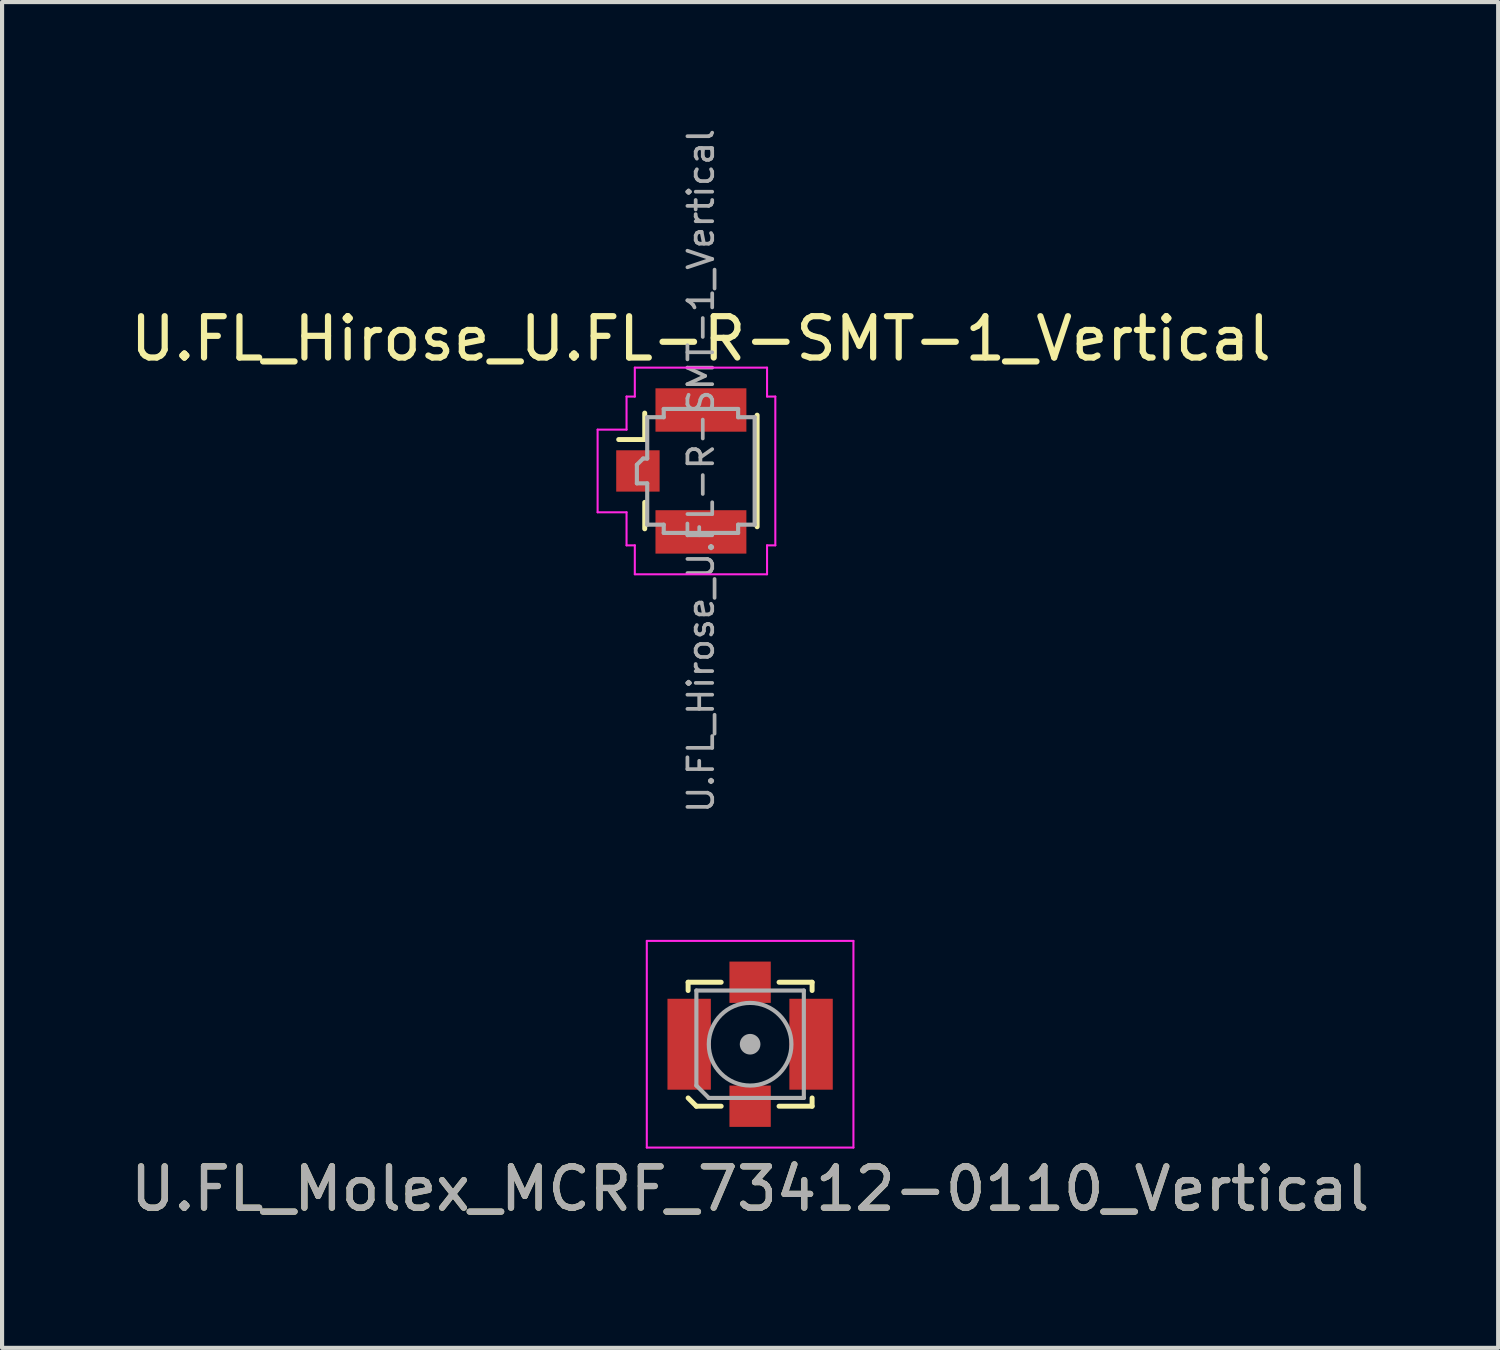
<source format=kicad_pcb>
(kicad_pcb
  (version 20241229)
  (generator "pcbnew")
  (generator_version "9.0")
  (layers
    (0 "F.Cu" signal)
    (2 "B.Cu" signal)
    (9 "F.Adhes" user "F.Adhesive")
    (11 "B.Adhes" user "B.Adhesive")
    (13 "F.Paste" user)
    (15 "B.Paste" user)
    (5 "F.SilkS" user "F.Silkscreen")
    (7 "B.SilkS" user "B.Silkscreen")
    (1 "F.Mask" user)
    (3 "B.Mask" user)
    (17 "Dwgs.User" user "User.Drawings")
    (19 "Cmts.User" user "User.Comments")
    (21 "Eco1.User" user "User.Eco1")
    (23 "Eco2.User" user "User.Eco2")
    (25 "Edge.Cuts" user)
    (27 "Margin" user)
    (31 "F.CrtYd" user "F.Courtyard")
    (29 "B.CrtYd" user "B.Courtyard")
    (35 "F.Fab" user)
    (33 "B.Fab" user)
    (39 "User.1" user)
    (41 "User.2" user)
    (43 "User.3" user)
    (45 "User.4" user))
  (footprint "U.FL_Molex_MCRF_73412-0110_Vertical"
    (layer "F.Cu")
    (at 15.101 22.218)
    (property "Reference" "U.FL_Molex_MCRF_73412-0110_Vertical" (at 0 3.5 0) (layer "F.SilkS") (effects (font (size 1 1) (thickness 0.15))))
    (attr smd)
    (fp_line (start -1.5 -1.5) (end -0.7 -1.5) (stroke (width 0.12) (type solid)) (layer "F.SilkS"))
    (fp_line (start -1.5 -1.3) (end -1.5 -1.5) (stroke (width 0.12) (type solid)) (layer "F.SilkS"))
    (fp_line (start -1.3 1.5) (end -1.5 1.3) (stroke (width 0.12) (type solid)) (layer "F.SilkS"))
    (fp_line (start -0.7 1.5) (end -1.3 1.5) (stroke (width 0.12) (type solid)) (layer "F.SilkS"))
    (fp_line (start 0.7 -1.5) (end 1.5 -1.5) (stroke (width 0.12) (type solid)) (layer "F.SilkS"))
    (fp_line (start 1.5 -1.5) (end 1.5 -1.3) (stroke (width 0.12) (type solid)) (layer "F.SilkS"))
    (fp_line (start 1.5 1.3) (end 1.5 1.5) (stroke (width 0.12) (type solid)) (layer "F.SilkS"))
    (fp_line (start 1.5 1.5) (end 0.7 1.5) (stroke (width 0.12) (type solid)) (layer "F.SilkS"))
    (fp_line (start -2.5 -2.5) (end -2.5 2.5) (stroke (width 0.05) (type solid)) (layer "F.CrtYd"))
    (fp_line (start -2.5 2.5) (end 2.5 2.5) (stroke (width 0.05) (type solid)) (layer "F.CrtYd"))
    (fp_line (start 2.5 -2.5) (end -2.5 -2.5) (stroke (width 0.05) (type solid)) (layer "F.CrtYd"))
    (fp_line (start 2.5 2.5) (end 2.5 -2.5) (stroke (width 0.05) (type solid)) (layer "F.CrtYd"))
    (fp_line (start -1.3 -1.3) (end -1.3 1) (stroke (width 0.1) (type solid)) (layer "F.Fab"))
    (fp_line (start -1.3 -1.3) (end 1.3 -1.3) (stroke (width 0.1) (type solid)) (layer "F.Fab"))
    (fp_line (start -1.3 1) (end -1 1.3) (stroke (width 0.1) (type solid)) (layer "F.Fab"))
    (fp_line (start -1 1.3) (end 1.3 1.3) (stroke (width 0.1) (type solid)) (layer "F.Fab"))
    (fp_line (start 1.3 -1.3) (end 1.3 1.3) (stroke (width 0.1) (type solid)) (layer "F.Fab"))
    (fp_circle (center 0 0) (end 0 0.05) (stroke (width 0.1) (type solid)) (fill no) (layer "F.Fab"))
    (fp_circle (center 0 0) (end 0 0.125) (stroke (width 0.1) (type solid)) (fill no) (layer "F.Fab"))
    (fp_circle (center 0 0) (end 0 0.2) (stroke (width 0.1) (type solid)) (fill no) (layer "F.Fab"))
    (fp_circle (center 0 0) (end 1 0) (stroke (width 0.1) (type solid)) (fill no) (layer "F.Fab"))
    (fp_text user "${REFERENCE}" (at 0 3.5 0) (layer "F.Fab") (effects (font (size 1 1) (thickness 0.15))))
    (pad "1" smd rect (at 0 1.5) (size 1 1) (layers "F.Cu" "F.Mask" "F.Paste"))
    (pad "2" smd rect (at -1.475 0) (size 1.05 2.2) (layers "F.Cu" "F.Mask" "F.Paste"))
    (pad "2" smd rect (at 0 -1.5) (size 1 1) (layers "F.Cu" "F.Mask" "F.Paste"))
    (pad "2" smd rect (at 1.475 0) (size 1.05 2.2) (layers "F.Cu" "F.Mask" "F.Paste")))
  (footprint "U.FL_Hirose_U.FL-R-SMT-1_Vertical"
    (layer "F.Cu")
    (at 13.911 8.346)
    (property "Reference" "U.FL_Hirose_U.FL-R-SMT-1_Vertical" (at 0 -3.2 0) (layer "F.SilkS") (effects (font (size 1 1) (thickness 0.15))))
    (attr smd)
    (fp_line (start -1.36 -1.4) (end -1.36 -0.76) (stroke (width 0.12) (type solid)) (layer "F.SilkS"))
    (fp_line (start -1.36 -0.76) (end -1.99 -0.76) (stroke (width 0.12) (type solid)) (layer "F.SilkS"))
    (fp_line (start -1.36 1.4) (end -1.36 0.76) (stroke (width 0.12) (type solid)) (layer "F.SilkS"))
    (fp_line (start 1.36 -1.35) (end 1.36 1.35) (stroke (width 0.12) (type solid)) (layer "F.SilkS"))
    (fp_line (start -2.5 1) (end -2.5 -1) (stroke (width 0.05) (type solid)) (layer "F.CrtYd"))
    (fp_line (start -1.8 -1.8) (end -1.6 -1.8) (stroke (width 0.05) (type solid)) (layer "F.CrtYd"))
    (fp_line (start -1.8 -1) (end -2.5 -1) (stroke (width 0.05) (type solid)) (layer "F.CrtYd"))
    (fp_line (start -1.8 -1) (end -1.8 -1.8) (stroke (width 0.05) (type solid)) (layer "F.CrtYd"))
    (fp_line (start -1.8 1) (end -2.5 1) (stroke (width 0.05) (type solid)) (layer "F.CrtYd"))
    (fp_line (start -1.8 1.8) (end -1.8 1) (stroke (width 0.05) (type solid)) (layer "F.CrtYd"))
    (fp_line (start -1.8 1.8) (end -1.6 1.8) (stroke (width 0.05) (type solid)) (layer "F.CrtYd"))
    (fp_line (start -1.6 -1.8) (end -1.6 -2.5) (stroke (width 0.05) (type solid)) (layer "F.CrtYd"))
    (fp_line (start -1.6 2.5) (end -1.6 1.8) (stroke (width 0.05) (type solid)) (layer "F.CrtYd"))
    (fp_line (start 1.6 -2.5) (end -1.6 -2.5) (stroke (width 0.05) (type solid)) (layer "F.CrtYd"))
    (fp_line (start 1.6 -1.8) (end 1.6 -2.5) (stroke (width 0.05) (type solid)) (layer "F.CrtYd"))
    (fp_line (start 1.6 -1.8) (end 1.8 -1.8) (stroke (width 0.05) (type solid)) (layer "F.CrtYd"))
    (fp_line (start 1.6 1.8) (end 1.8 1.8) (stroke (width 0.05) (type solid)) (layer "F.CrtYd"))
    (fp_line (start 1.6 2.5) (end -1.6 2.5) (stroke (width 0.05) (type solid)) (layer "F.CrtYd"))
    (fp_line (start 1.6 2.5) (end 1.6 1.8) (stroke (width 0.05) (type solid)) (layer "F.CrtYd"))
    (fp_line (start 1.8 1.8) (end 1.8 -1.8) (stroke (width 0.05) (type solid)) (layer "F.CrtYd"))
    (fp_line (start -1.55 0.3) (end -1.55 -0.15) (stroke (width 0.1) (type solid)) (layer "F.Fab"))
    (fp_line (start -1.55 0.3) (end -1.3 0.3) (stroke (width 0.1) (type solid)) (layer "F.Fab"))
    (fp_line (start -1.4 -0.3) (end -1.55 -0.15) (stroke (width 0.1) (type solid)) (layer "F.Fab"))
    (fp_line (start -1.4 -0.3) (end -1.3 -0.3) (stroke (width 0.1) (type solid)) (layer "F.Fab"))
    (fp_line (start -1.3 -0.3) (end -1.3 -1.3) (stroke (width 0.1) (type solid)) (layer "F.Fab"))
    (fp_line (start -1.3 0.3) (end -1.3 1.3) (stroke (width 0.1) (type solid)) (layer "F.Fab"))
    (fp_line (start -0.9 -1.5) (end -0.9 -1.3) (stroke (width 0.1) (type solid)) (layer "F.Fab"))
    (fp_line (start -0.9 -1.5) (end 0.9 -1.5) (stroke (width 0.1) (type solid)) (layer "F.Fab"))
    (fp_line (start -0.9 -1.3) (end -1.3 -1.3) (stroke (width 0.1) (type solid)) (layer "F.Fab"))
    (fp_line (start -0.9 1.3) (end -1.3 1.3) (stroke (width 0.1) (type solid)) (layer "F.Fab"))
    (fp_line (start -0.9 1.5) (end -0.9 1.3) (stroke (width 0.1) (type solid)) (layer "F.Fab"))
    (fp_line (start -0.9 1.5) (end 0.9 1.5) (stroke (width 0.1) (type solid)) (layer "F.Fab"))
    (fp_line (start 0.9 -1.5) (end 0.9 -1.3) (stroke (width 0.1) (type solid)) (layer "F.Fab"))
    (fp_line (start 0.9 1.5) (end 0.9 1.3) (stroke (width 0.1) (type solid)) (layer "F.Fab"))
    (fp_line (start 1.3 -1.3) (end 0.9 -1.3) (stroke (width 0.1) (type solid)) (layer "F.Fab"))
    (fp_line (start 1.3 -1.3) (end 1.3 1.3) (stroke (width 0.1) (type solid)) (layer "F.Fab"))
    (fp_line (start 1.3 1.3) (end 0.9 1.3) (stroke (width 0.1) (type solid)) (layer "F.Fab"))
    (fp_text user "${REFERENCE}" (at 0 0 90) (layer "F.Fab") (effects (font (size 0.6 0.6) (thickness 0.09))))
    (pad "1" smd rect (at -1.525 0) (size 1.05 1) (layers "F.Cu" "F.Mask" "F.Paste"))
    (pad "2" smd rect (at 0 -1.475) (size 2.2 1.05) (layers "F.Cu" "F.Mask" "F.Paste"))
    (pad "2" smd rect (at 0 1.475) (size 2.2 1.05) (layers "F.Cu" "F.Mask" "F.Paste")))
  (gr_rect
    (start -3 -3)
    (end 33.202 29.566)
    (stroke (width 0.1) (type default))
    (fill no)
    (layer "Edge.Cuts")))
</source>
